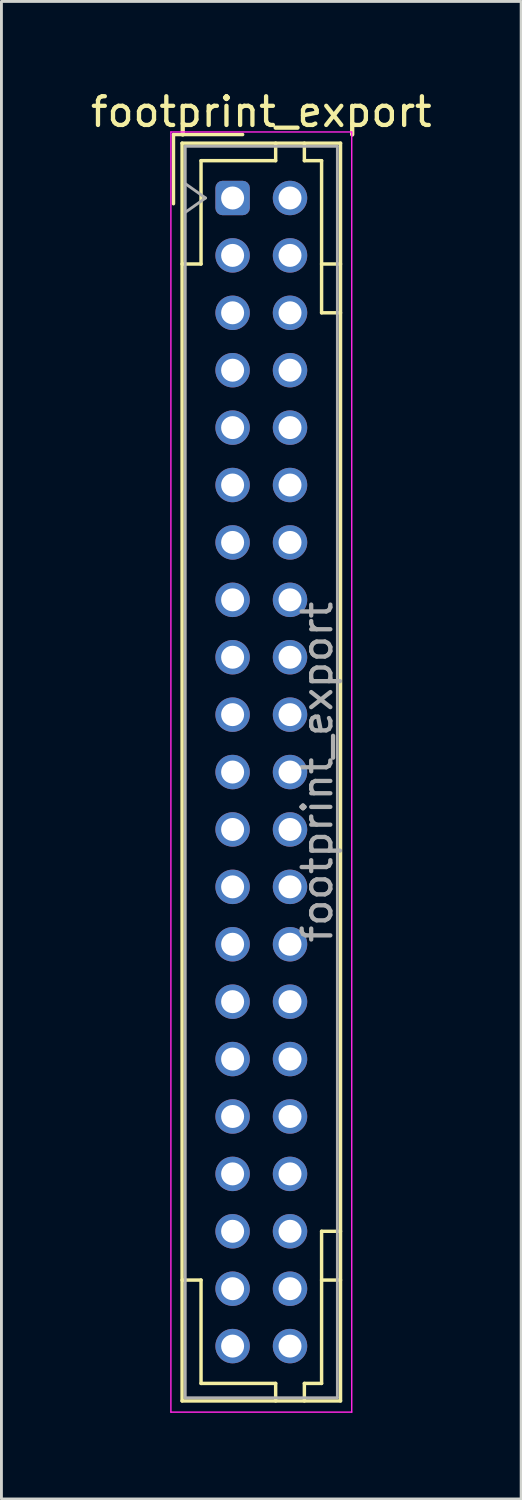
<source format=kicad_pcb>
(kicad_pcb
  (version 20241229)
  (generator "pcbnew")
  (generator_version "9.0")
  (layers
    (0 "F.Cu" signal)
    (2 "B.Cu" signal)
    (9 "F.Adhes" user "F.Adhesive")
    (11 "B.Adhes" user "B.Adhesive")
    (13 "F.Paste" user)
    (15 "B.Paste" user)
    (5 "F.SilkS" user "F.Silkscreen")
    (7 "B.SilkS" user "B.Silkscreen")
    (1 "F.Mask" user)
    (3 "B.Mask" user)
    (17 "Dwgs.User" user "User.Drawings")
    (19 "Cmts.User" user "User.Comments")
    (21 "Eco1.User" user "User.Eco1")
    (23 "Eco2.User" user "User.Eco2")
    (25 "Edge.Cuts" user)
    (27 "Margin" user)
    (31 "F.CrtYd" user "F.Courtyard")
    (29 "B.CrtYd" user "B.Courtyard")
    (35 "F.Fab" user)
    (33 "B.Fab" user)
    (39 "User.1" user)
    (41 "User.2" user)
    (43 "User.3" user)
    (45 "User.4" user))
  (footprint "footprint_export"
    (layer "F.Cu")
    (at 5.054 3.848)
    (property "Reference" "footprint_export" (at 1 -3 0) (layer "F.SilkS") (effects (font (size 1 1) (thickness 0.15))))
    (attr through_hole)
    (fp_line (start -2.06 -2.21) (end -2.06 0.2) (stroke (width 0.12) (type solid)) (layer "F.SilkS"))
    (fp_line (start -1.76 -1.91) (end -1.76 41.91) (stroke (width 0.12) (type solid)) (layer "F.SilkS"))
    (fp_line (start -1.76 41.91) (end 3.76 41.91) (stroke (width 0.12) (type solid)) (layer "F.SilkS"))
    (fp_line (start -1.1 -1.3) (end -1.1 2.3) (stroke (width 0.12) (type solid)) (layer "F.SilkS"))
    (fp_line (start -1.1 2.3) (end -1.76 2.3) (stroke (width 0.12) (type solid)) (layer "F.SilkS"))
    (fp_line (start -1.1 37.7) (end -1.76 37.7) (stroke (width 0.12) (type solid)) (layer "F.SilkS"))
    (fp_line (start -1.1 41.3) (end -1.1 37.7) (stroke (width 0.12) (type solid)) (layer "F.SilkS"))
    (fp_line (start 0.35 -2.21) (end -2.06 -2.21) (stroke (width 0.12) (type solid)) (layer "F.SilkS"))
    (fp_line (start 1.5 -1.91) (end 1.5 -1.3) (stroke (width 0.12) (type solid)) (layer "F.SilkS"))
    (fp_line (start 1.5 -1.3) (end -1.1 -1.3) (stroke (width 0.12) (type solid)) (layer "F.SilkS"))
    (fp_line (start 1.5 41.3) (end -1.1 41.3) (stroke (width 0.12) (type solid)) (layer "F.SilkS"))
    (fp_line (start 1.5 41.91) (end 1.5 41.3) (stroke (width 0.12) (type solid)) (layer "F.SilkS"))
    (fp_line (start 2.5 -1.91) (end 2.5 -1.3) (stroke (width 0.12) (type solid)) (layer "F.SilkS"))
    (fp_line (start 2.5 -1.3) (end 3.1 -1.3) (stroke (width 0.12) (type solid)) (layer "F.SilkS"))
    (fp_line (start 2.5 41.3) (end 3.1 41.3) (stroke (width 0.12) (type solid)) (layer "F.SilkS"))
    (fp_line (start 2.5 41.91) (end 2.5 41.3) (stroke (width 0.12) (type solid)) (layer "F.SilkS"))
    (fp_line (start 3.1 -1.3) (end 3.1 4) (stroke (width 0.12) (type solid)) (layer "F.SilkS"))
    (fp_line (start 3.1 4) (end 3.76 4) (stroke (width 0.12) (type solid)) (layer "F.SilkS"))
    (fp_line (start 3.1 36) (end 3.76 36) (stroke (width 0.12) (type solid)) (layer "F.SilkS"))
    (fp_line (start 3.1 41.3) (end 3.1 36) (stroke (width 0.12) (type solid)) (layer "F.SilkS"))
    (fp_line (start 3.76 -1.91) (end -1.76 -1.91) (stroke (width 0.12) (type solid)) (layer "F.SilkS"))
    (fp_line (start 3.76 2.3) (end 3.1 2.3) (stroke (width 0.12) (type solid)) (layer "F.SilkS"))
    (fp_line (start 3.76 37.7) (end 3.1 37.7) (stroke (width 0.12) (type solid)) (layer "F.SilkS"))
    (fp_line (start 3.76 41.91) (end 3.76 -1.91) (stroke (width 0.12) (type solid)) (layer "F.SilkS"))
    (fp_line (start -2.15 -2.3) (end -2.15 42.3) (stroke (width 0.05) (type solid)) (layer "F.CrtYd"))
    (fp_line (start -2.15 42.3) (end 4.15 42.3) (stroke (width 0.05) (type solid)) (layer "F.CrtYd"))
    (fp_line (start 4.15 -2.3) (end -2.15 -2.3) (stroke (width 0.05) (type solid)) (layer "F.CrtYd"))
    (fp_line (start 4.15 42.3) (end 4.15 -2.3) (stroke (width 0.05) (type solid)) (layer "F.CrtYd"))
    (fp_line (start -1.65 -1.8) (end -1.65 41.8) (stroke (width 0.1) (type solid)) (layer "F.Fab"))
    (fp_line (start -1.65 0.5) (end -0.943 0) (stroke (width 0.1) (type solid)) (layer "F.Fab"))
    (fp_line (start -1.65 41.8) (end 3.65 41.8) (stroke (width 0.1) (type solid)) (layer "F.Fab"))
    (fp_line (start -0.943 0) (end -1.65 -0.5) (stroke (width 0.1) (type solid)) (layer "F.Fab"))
    (fp_line (start 3.65 -1.8) (end -1.65 -1.8) (stroke (width 0.1) (type solid)) (layer "F.Fab"))
    (fp_line (start 3.65 41.8) (end 3.65 -1.8) (stroke (width 0.1) (type solid)) (layer "F.Fab"))
    (fp_text user "${REFERENCE}" (at 2.95 20 90) (layer "F.Fab") (effects (font (size 1 1) (thickness 0.15))))
    (pad "a1" thru_hole roundrect (at 0 0) (size 1.2 1.2) (drill 0.8) (layers "*.Cu" "*.Mask") (roundrect_rratio 0.208))
    (pad "a2" thru_hole circle (at 0 2) (size 1.2 1.2) (drill 0.8) (layers "*.Cu" "*.Mask"))
    (pad "a3" thru_hole circle (at 0 4) (size 1.2 1.2) (drill 0.8) (layers "*.Cu" "*.Mask"))
    (pad "a4" thru_hole circle (at 0 6) (size 1.2 1.2) (drill 0.8) (layers "*.Cu" "*.Mask"))
    (pad "a5" thru_hole circle (at 0 8) (size 1.2 1.2) (drill 0.8) (layers "*.Cu" "*.Mask"))
    (pad "a6" thru_hole circle (at 0 10) (size 1.2 1.2) (drill 0.8) (layers "*.Cu" "*.Mask"))
    (pad "a7" thru_hole circle (at 0 12) (size 1.2 1.2) (drill 0.8) (layers "*.Cu" "*.Mask"))
    (pad "a8" thru_hole circle (at 0 14) (size 1.2 1.2) (drill 0.8) (layers "*.Cu" "*.Mask"))
    (pad "a9" thru_hole circle (at 0 16) (size 1.2 1.2) (drill 0.8) (layers "*.Cu" "*.Mask"))
    (pad "a10" thru_hole circle (at 0 18) (size 1.2 1.2) (drill 0.8) (layers "*.Cu" "*.Mask"))
    (pad "a11" thru_hole circle (at 0 20) (size 1.2 1.2) (drill 0.8) (layers "*.Cu" "*.Mask"))
    (pad "a12" thru_hole circle (at 0 22) (size 1.2 1.2) (drill 0.8) (layers "*.Cu" "*.Mask"))
    (pad "a13" thru_hole circle (at 0 24) (size 1.2 1.2) (drill 0.8) (layers "*.Cu" "*.Mask"))
    (pad "a14" thru_hole circle (at 0 26) (size 1.2 1.2) (drill 0.8) (layers "*.Cu" "*.Mask"))
    (pad "a15" thru_hole circle (at 0 28) (size 1.2 1.2) (drill 0.8) (layers "*.Cu" "*.Mask"))
    (pad "a16" thru_hole circle (at 0 30) (size 1.2 1.2) (drill 0.8) (layers "*.Cu" "*.Mask"))
    (pad "a17" thru_hole circle (at 0 32) (size 1.2 1.2) (drill 0.8) (layers "*.Cu" "*.Mask"))
    (pad "a18" thru_hole circle (at 0 34) (size 1.2 1.2) (drill 0.8) (layers "*.Cu" "*.Mask"))
    (pad "a19" thru_hole circle (at 0 36) (size 1.2 1.2) (drill 0.8) (layers "*.Cu" "*.Mask"))
    (pad "a20" thru_hole circle (at 0 38) (size 1.2 1.2) (drill 0.8) (layers "*.Cu" "*.Mask"))
    (pad "a21" thru_hole circle (at 0 40) (size 1.2 1.2) (drill 0.8) (layers "*.Cu" "*.Mask"))
    (pad "b1" thru_hole circle (at 2 0) (size 1.2 1.2) (drill 0.8) (layers "*.Cu" "*.Mask"))
    (pad "b2" thru_hole circle (at 2 2) (size 1.2 1.2) (drill 0.8) (layers "*.Cu" "*.Mask"))
    (pad "b3" thru_hole circle (at 2 4) (size 1.2 1.2) (drill 0.8) (layers "*.Cu" "*.Mask"))
    (pad "b4" thru_hole circle (at 2 6) (size 1.2 1.2) (drill 0.8) (layers "*.Cu" "*.Mask"))
    (pad "b5" thru_hole circle (at 2 8) (size 1.2 1.2) (drill 0.8) (layers "*.Cu" "*.Mask"))
    (pad "b6" thru_hole circle (at 2 10) (size 1.2 1.2) (drill 0.8) (layers "*.Cu" "*.Mask"))
    (pad "b7" thru_hole circle (at 2 12) (size 1.2 1.2) (drill 0.8) (layers "*.Cu" "*.Mask"))
    (pad "b8" thru_hole circle (at 2 14) (size 1.2 1.2) (drill 0.8) (layers "*.Cu" "*.Mask"))
    (pad "b9" thru_hole circle (at 2 16) (size 1.2 1.2) (drill 0.8) (layers "*.Cu" "*.Mask"))
    (pad "b10" thru_hole circle (at 2 18) (size 1.2 1.2) (drill 0.8) (layers "*.Cu" "*.Mask"))
    (pad "b11" thru_hole circle (at 2 20) (size 1.2 1.2) (drill 0.8) (layers "*.Cu" "*.Mask"))
    (pad "b12" thru_hole circle (at 2 22) (size 1.2 1.2) (drill 0.8) (layers "*.Cu" "*.Mask"))
    (pad "b13" thru_hole circle (at 2 24) (size 1.2 1.2) (drill 0.8) (layers "*.Cu" "*.Mask"))
    (pad "b14" thru_hole circle (at 2 26) (size 1.2 1.2) (drill 0.8) (layers "*.Cu" "*.Mask"))
    (pad "b15" thru_hole circle (at 2 28) (size 1.2 1.2) (drill 0.8) (layers "*.Cu" "*.Mask"))
    (pad "b16" thru_hole circle (at 2 30) (size 1.2 1.2) (drill 0.8) (layers "*.Cu" "*.Mask"))
    (pad "b17" thru_hole circle (at 2 32) (size 1.2 1.2) (drill 0.8) (layers "*.Cu" "*.Mask"))
    (pad "b18" thru_hole circle (at 2 34) (size 1.2 1.2) (drill 0.8) (layers "*.Cu" "*.Mask"))
    (pad "b19" thru_hole circle (at 2 36) (size 1.2 1.2) (drill 0.8) (layers "*.Cu" "*.Mask"))
    (pad "b20" thru_hole circle (at 2 38) (size 1.2 1.2) (drill 0.8) (layers "*.Cu" "*.Mask"))
    (pad "b21" thru_hole circle (at 2 40) (size 1.2 1.2) (drill 0.8) (layers "*.Cu" "*.Mask")))
  (gr_rect
    (start -3 -3)
    (end 15.107 49.173)
    (stroke (width 0.1) (type default))
    (fill no)
    (layer "Edge.Cuts")))
</source>
